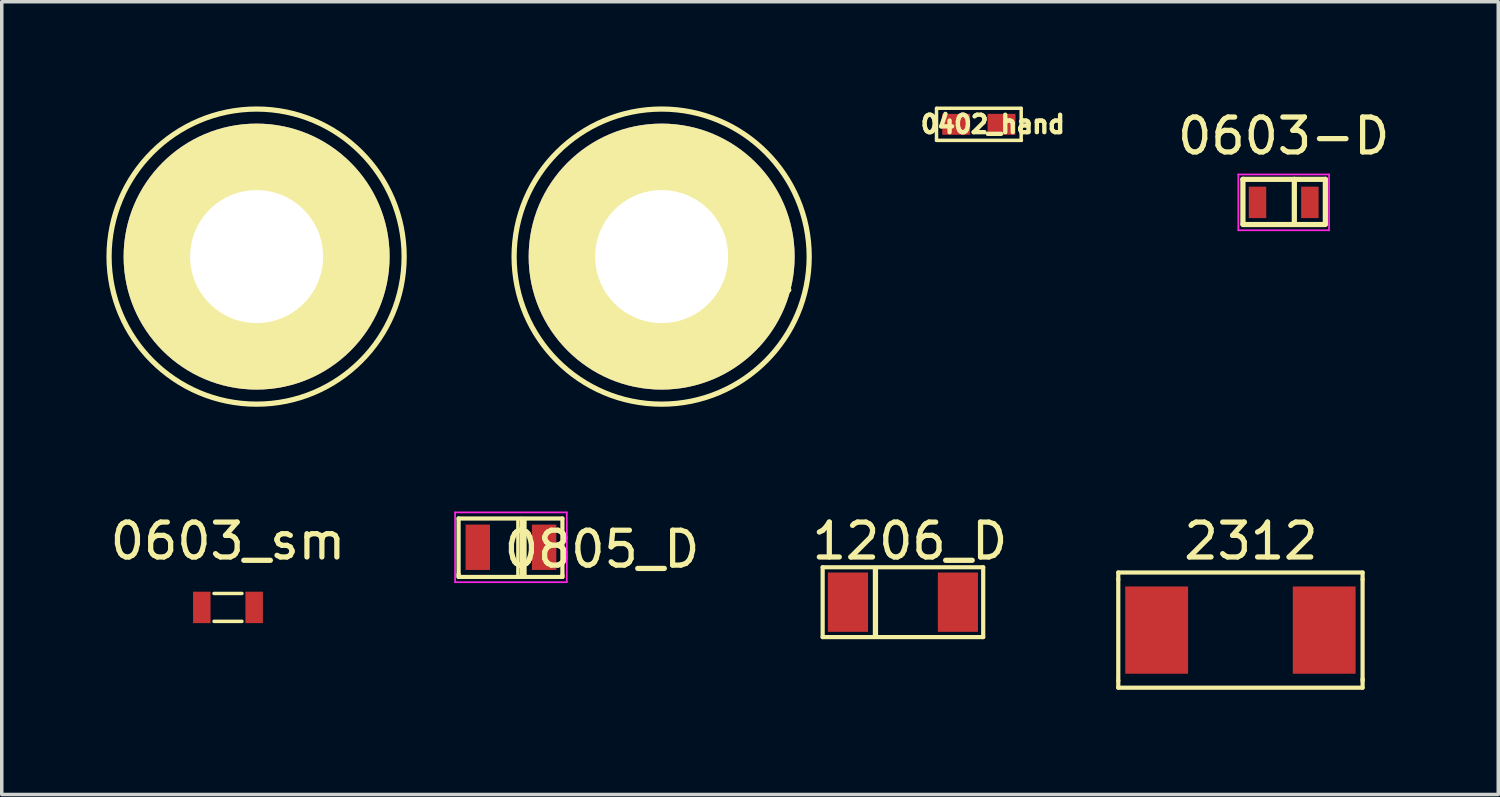
<source format=kicad_pcb>
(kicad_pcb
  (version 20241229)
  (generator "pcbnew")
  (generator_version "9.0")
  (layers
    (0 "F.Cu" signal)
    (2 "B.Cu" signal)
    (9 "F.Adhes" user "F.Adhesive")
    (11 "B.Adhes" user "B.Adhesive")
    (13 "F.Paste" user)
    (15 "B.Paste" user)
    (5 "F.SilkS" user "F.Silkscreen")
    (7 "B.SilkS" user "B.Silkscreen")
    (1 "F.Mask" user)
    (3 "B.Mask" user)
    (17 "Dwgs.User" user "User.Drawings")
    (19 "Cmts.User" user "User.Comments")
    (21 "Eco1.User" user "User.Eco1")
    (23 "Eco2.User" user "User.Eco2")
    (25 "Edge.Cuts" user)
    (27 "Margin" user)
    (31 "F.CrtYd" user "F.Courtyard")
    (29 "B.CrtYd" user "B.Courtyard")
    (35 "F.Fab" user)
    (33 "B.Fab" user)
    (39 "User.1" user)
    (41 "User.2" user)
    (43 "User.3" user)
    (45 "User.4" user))
  (footprint "1206_D"
    (layer "F.Cu")
    (at 22.82 14.203)
    (property "Reference" "1206_D" (at 0.2 -1.75 0) (layer "F.SilkS") (effects (font (size 1 1) (thickness 0.15))))
    (attr through_hole)
    (fp_line (start -2.3 -1) (end 2.3 -1) (stroke (width 0.12) (type solid)) (layer "F.SilkS"))
    (fp_line (start -2.3 1) (end -2.3 -1) (stroke (width 0.12) (type solid)) (layer "F.SilkS"))
    (fp_line (start -0.813 -0.991) (end -0.813 0.94) (stroke (width 0.1) (type solid)) (layer "F.SilkS"))
    (fp_line (start -0.762 -0.965) (end -0.762 0.965) (stroke (width 0.1) (type solid)) (layer "F.SilkS"))
    (fp_line (start 2.3 -1) (end 2.3 1) (stroke (width 0.12) (type solid)) (layer "F.SilkS"))
    (fp_line (start 2.3 1) (end -2.3 1) (stroke (width 0.12) (type solid)) (layer "F.SilkS"))
    (pad "1" smd rect (at -1.575 0) (size 1.15 1.7) (layers "F.Cu" "F.Mask" "F.Paste"))
    (pad "2" smd rect (at 1.575 0) (size 1.15 1.7) (layers "F.Cu" "F.Mask" "F.Paste")))
  (footprint "0603_sm"
    (layer "F.Cu")
    (at 3.482 14.353)
    (property "Reference" "0603_sm" (at 0 -1.9 0) (layer "F.SilkS") (effects (font (size 1 1) (thickness 0.15))))
    (attr smd)
    (fp_line (start -0.4 -0.4) (end 0.4 -0.4) (stroke (width 0.1) (type solid)) (layer "F.SilkS"))
    (fp_line (start -0.4 0.4) (end 0.4 0.4) (stroke (width 0.1) (type solid)) (layer "F.SilkS"))
    (pad "1" smd rect (at -0.75 0) (size 0.5 0.9) (layers "F.Cu" "F.Mask" "F.Paste"))
    (pad "2" smd rect (at 0.75 0) (size 0.5 0.9) (layers "F.Cu" "F.Mask" "F.Paste")))
  (footprint "0402_hand"
    (layer "F.Cu")
    (at 24.995 0.512)
    (property "Reference" "0402_hand" (at 0.4 0 0) (layer "F.SilkS") (effects (font (size 0.5 0.5) (thickness 0.125))))
    (attr through_hole)
    (fp_line (start -1.213 0.457) (end -1.213 -0.457) (stroke (width 0.1) (type solid)) (layer "F.SilkS"))
    (fp_line (start -1.21 -0.46) (end 1.21 -0.46) (stroke (width 0.1) (type solid)) (layer "F.SilkS"))
    (fp_line (start 1.213 -0.457) (end 1.213 0.457) (stroke (width 0.1) (type solid)) (layer "F.SilkS"))
    (fp_line (start 1.22 0.46) (end -1.21 0.46) (stroke (width 0.1) (type solid)) (layer "F.SilkS"))
    (pad "1" smd rect (at 0.65 0) (size 0.8 0.6) (layers "F.Cu" "F.Mask" "F.Paste"))
    (pad "2" smd rect (at -0.65 0) (size 0.8 0.6) (layers "F.Cu" "F.Mask" "F.Paste")))
  (footprint "6-32_CLR"
    (layer "F.Cu")
    (at 15.907 4.302)
    (property "Reference" "6-32_CLR" (at 0 0.5 0) (layer "F.SilkS") (effects (font (size 1 1) (thickness 0.15))))
    (attr through_hole)
    (fp_circle (center 0 0) (end 2.286 3.556) (stroke (width 0.15) (type solid)) (fill no) (layer "F.SilkS"))
    (pad "0" thru_hole circle (at 0 0) (size 7.62 7.62) (drill 3.81) (layers "*.Cu" "*.Mask" "F.SilkS")))
  (footprint "0805_D"
    (layer "F.Cu")
    (at 11.589 12.63)
    (property "Reference" "0805_D" (at 2.609 0.056 0) (layer "F.SilkS") (effects (font (size 1 1) (thickness 0.15))))
    (attr smd)
    (fp_line (start -1.5 -0.825) (end 1.475 -0.825) (stroke (width 0.12) (type solid)) (layer "F.SilkS"))
    (fp_line (start -1.5 0.8) (end -1.5 -0.825) (stroke (width 0.12) (type solid)) (layer "F.SilkS"))
    (fp_line (start -1.5 0.85) (end -1.5 0.775) (stroke (width 0.12) (type solid)) (layer "F.SilkS"))
    (fp_line (start -1.5 0.85) (end 1.475 0.85) (stroke (width 0.12) (type solid)) (layer "F.SilkS"))
    (fp_line (start 0.2 -0.8) (end 0.2 0.825) (stroke (width 0.1) (type solid)) (layer "F.SilkS"))
    (fp_line (start 0.3 -0.825) (end 0.3 0.8) (stroke (width 0.1) (type solid)) (layer "F.SilkS"))
    (fp_line (start 0.35 -0.8) (end 0.35 0.825) (stroke (width 0.1) (type solid)) (layer "F.SilkS"))
    (fp_line (start 0.4 -0.8) (end 0.4 0.8) (stroke (width 0.1) (type solid)) (layer "F.SilkS"))
    (fp_line (start 1.475 -0.825) (end 1.475 0.8) (stroke (width 0.12) (type solid)) (layer "F.SilkS"))
    (fp_line (start 1.475 0.85) (end 1.475 0.8) (stroke (width 0.12) (type solid)) (layer "F.SilkS"))
    (fp_line (start -1.6 -1) (end -1.6 1) (stroke (width 0.05) (type solid)) (layer "F.CrtYd"))
    (fp_line (start -1.6 -1) (end 1.6 -1) (stroke (width 0.05) (type solid)) (layer "F.CrtYd"))
    (fp_line (start -1.6 1) (end 1.6 1) (stroke (width 0.05) (type solid)) (layer "F.CrtYd"))
    (fp_line (start 1.6 -1) (end 1.6 1) (stroke (width 0.05) (type solid)) (layer "F.CrtYd"))
    (pad "1" smd rect (at -0.95 0) (size 0.7 1.3) (layers "F.Cu" "F.Mask" "F.Paste"))
    (pad "2" smd rect (at 0.95 0) (size 0.7 1.3) (layers "F.Cu" "F.Mask" "F.Paste")))
  (footprint "2312"
    (layer "F.Cu")
    (at 32.49 15.003)
    (property "Reference" "2312" (at 0.3 -2.55 0) (layer "F.SilkS") (effects (font (size 1 1) (thickness 0.15))))
    (attr through_hole)
    (fp_line (start -3.5 -1.65) (end 3.5 -1.65) (stroke (width 0.12) (type solid)) (layer "F.SilkS"))
    (fp_line (start -3.5 -1.45) (end -3.5 -1.65) (stroke (width 0.12) (type solid)) (layer "F.SilkS"))
    (fp_line (start -3.5 -1.45) (end -3.5 1.45) (stroke (width 0.12) (type solid)) (layer "F.SilkS"))
    (fp_line (start -3.5 1.45) (end -3.5 1.65) (stroke (width 0.12) (type solid)) (layer "F.SilkS"))
    (fp_line (start -3.5 1.65) (end 3.5 1.65) (stroke (width 0.12) (type solid)) (layer "F.SilkS"))
    (fp_line (start 3.5 -1.45) (end 3.5 -1.65) (stroke (width 0.12) (type solid)) (layer "F.SilkS"))
    (fp_line (start 3.5 -1.45) (end 3.5 1.45) (stroke (width 0.12) (type solid)) (layer "F.SilkS"))
    (fp_line (start 3.5 1.65) (end 3.5 1.4) (stroke (width 0.12) (type solid)) (layer "F.SilkS"))
    (pad "1" smd rect (at -2.4 0) (size 1.8 2.5) (layers "F.Cu" "F.Mask" "F.Paste"))
    (pad "2" smd rect (at 2.4 0) (size 1.8 2.5) (layers "F.Cu" "F.Mask" "F.Paste")))
  (footprint "6-32_CL"
    (layer "F.Cu")
    (at 4.302 4.302)
    (property "Reference" "6-32_CL" (at 0 0.5 0) (layer "F.SilkS") (effects (font (size 1 1) (thickness 0.15))))
    (attr through_hole)
    (fp_circle (center 0 0) (end 2.286 3.556) (stroke (width 0.15) (type solid)) (fill no) (layer "F.SilkS"))
    (pad "1" thru_hole circle (at 0 0) (size 7.62 7.62) (drill 3.81) (layers "*.Cu" "*.Mask" "F.SilkS")))
  (footprint "0603-D"
    (layer "F.Cu")
    (at 33.729 2.748)
    (property "Reference" "0603-D" (at 0 -1.9 0) (layer "F.SilkS") (effects (font (size 1 1) (thickness 0.15))))
    (attr smd)
    (fp_line (start -1.168 -0.66) (end 1.194 -0.66) (stroke (width 0.15) (type solid)) (layer "F.SilkS"))
    (fp_line (start -1.168 0.61) (end -1.168 -0.66) (stroke (width 0.15) (type solid)) (layer "F.SilkS"))
    (fp_line (start 0.305 -0.66) (end 0.305 0.61) (stroke (width 0.15) (type solid)) (layer "F.SilkS"))
    (fp_line (start 1.194 -0.66) (end 1.194 0.61) (stroke (width 0.15) (type solid)) (layer "F.SilkS"))
    (fp_line (start 1.194 0.635) (end -1.168 0.635) (stroke (width 0.15) (type solid)) (layer "F.SilkS"))
    (fp_line (start -1.3 -0.8) (end -1.3 0.8) (stroke (width 0.05) (type solid)) (layer "F.CrtYd"))
    (fp_line (start -1.3 -0.8) (end 1.3 -0.8) (stroke (width 0.05) (type solid)) (layer "F.CrtYd"))
    (fp_line (start -1.3 0.8) (end 1.3 0.8) (stroke (width 0.05) (type solid)) (layer "F.CrtYd"))
    (fp_line (start 1.3 -0.8) (end 1.3 0.8) (stroke (width 0.05) (type solid)) (layer "F.CrtYd"))
    (pad "1" smd rect (at -0.75 0) (size 0.5 0.9) (layers "F.Cu" "F.Mask" "F.Paste"))
    (pad "2" smd rect (at 0.75 0) (size 0.5 0.9) (layers "F.Cu" "F.Mask" "F.Paste")))
  (gr_rect
    (start -3 -3)
    (end 39.877 19.713)
    (stroke (width 0.1) (type default))
    (fill no)
    (layer "Edge.Cuts")))
</source>
